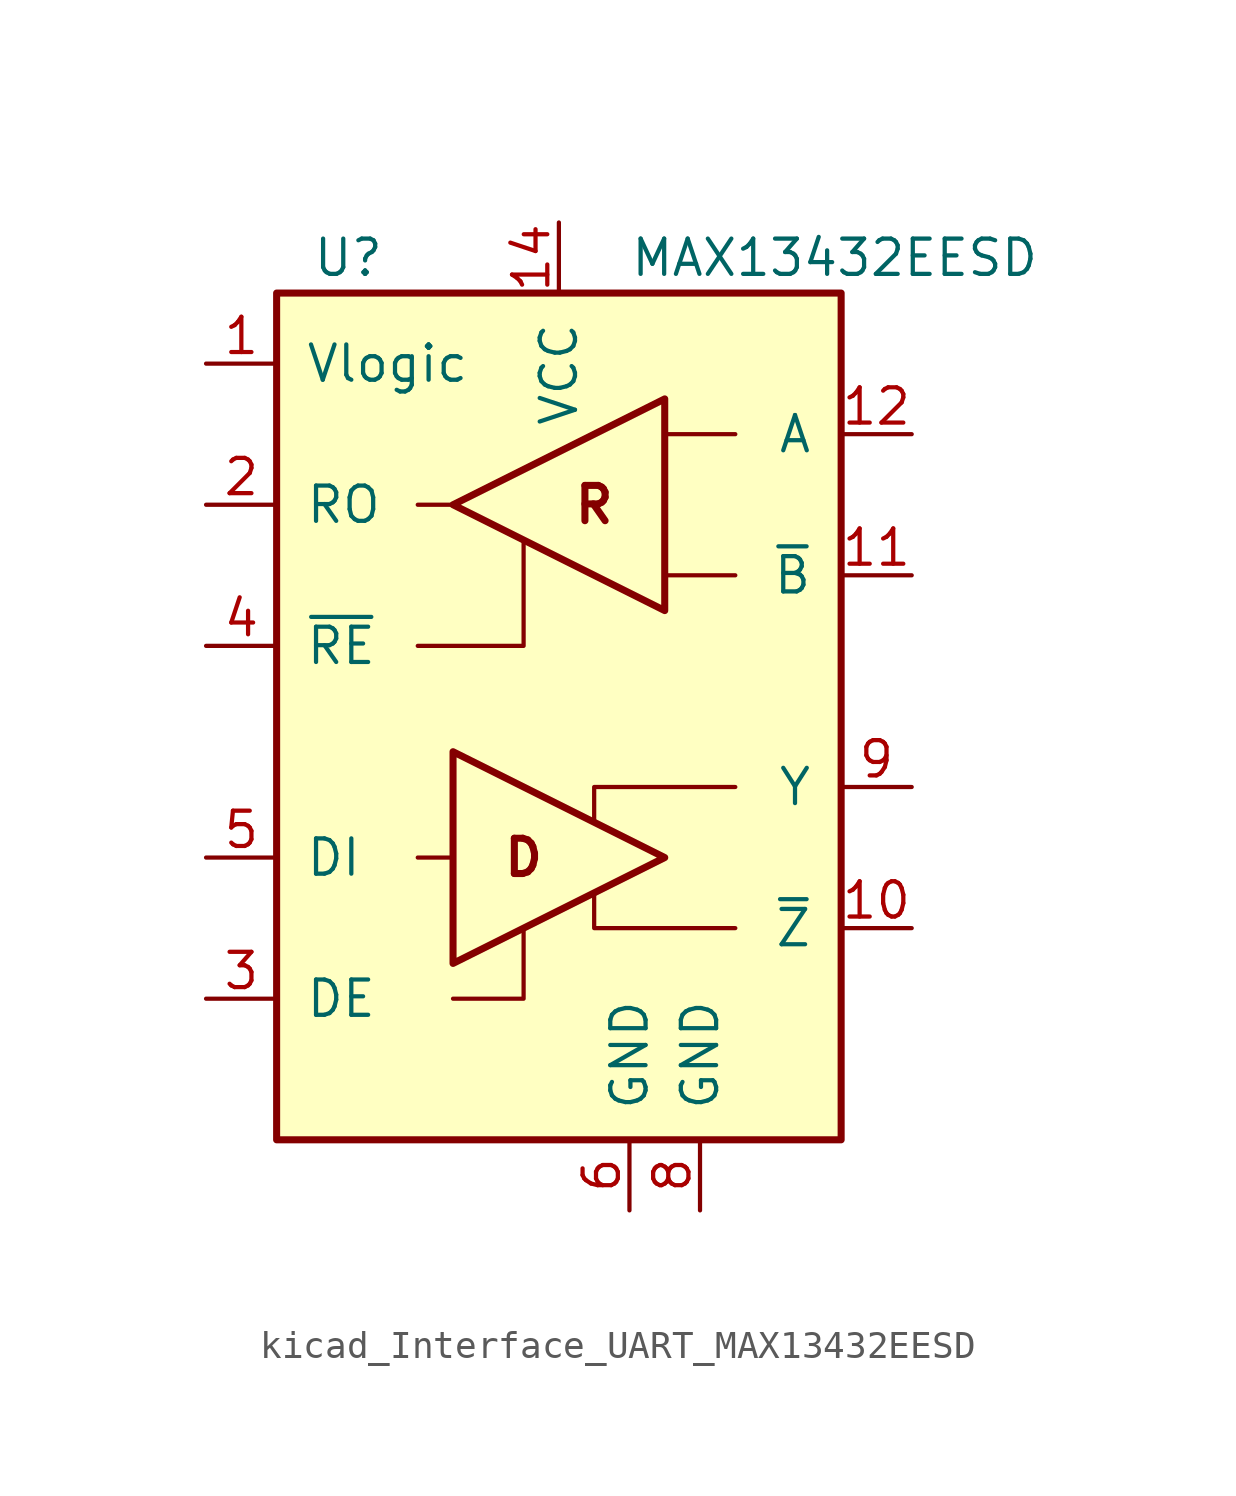
<source format=kicad_sym>
(kicad_symbol_lib
  (version 20220914)
  (generator kicad_symbol_editor)
  (symbol "kicad_Interface_UART_MAX13432EESD"
    (pin_names
      (offset 1.016))
    (property "Reference" "U"
      (at -8.89 16.51 0)
      (effects (font (size 1.27 1.27)) (justify left)))
    (property "Value" "MAX13432EESD"
      (at 2.54 16.51 0)
      (effects (font (size 1.27 1.27)) (justify left)))
    (symbol "kicad_Interface_UART_MAX13432EESD_0_0"
      (text "D" (at -1.27 -5.08 0) (effects (font (size 1.27 1.27) bold)))
      (text "R" (at 1.27 7.62 0) (effects (font (size 1.27 1.27) bold))))
    (symbol "kicad_Interface_UART_MAX13432EESD_0_1"
      (rectangle (start -10.16 15.24) (end 10.16 -15.24) (stroke (width 0.254) (type default)) (fill (type background)))
      (polyline (pts (xy -5.08 -5.08) (xy -3.81 -5.08)) (stroke (width 0) (type default)) (fill (type none)))
      (polyline (pts (xy -3.81 7.62) (xy -5.08 7.62)) (stroke (width 0) (type default)) (fill (type none)))
      (polyline (pts (xy 6.35 5.08) (xy 3.81 5.08) (xy 3.81 5.08)) (stroke (width 0) (type default)) (fill (type none)))
      (polyline (pts (xy 6.35 10.16) (xy 3.81 10.16) (xy 3.81 10.16)) (stroke (width 0) (type default)) (fill (type none)))
      (polyline (pts (xy -3.81 -10.16) (xy -1.27 -10.16) (xy -1.27 -7.62) (xy -1.27 -7.62)) (stroke (width 0) (type default)) (fill (type none)))
      (polyline (pts (xy -1.27 6.35) (xy -1.27 2.54) (xy -2.54 2.54) (xy -5.08 2.54)) (stroke (width 0) (type default)) (fill (type none)))
      (polyline (pts (xy 6.35 -7.62) (xy 1.27 -7.62) (xy 1.27 -6.35) (xy 1.27 -6.35)) (stroke (width 0) (type default)) (fill (type none)))
      (polyline (pts (xy 6.35 -2.54) (xy 1.27 -2.54) (xy 1.27 -3.81) (xy 1.27 -3.81)) (stroke (width 0) (type default)) (fill (type none)))
      (polyline (pts (xy -3.81 -1.27) (xy -3.81 -8.89) (xy 3.81 -5.08) (xy -3.81 -1.27) (xy -3.81 -1.27)) (stroke (width 0.254) (type default)) (fill (type none)))
      (polyline (pts (xy 3.81 11.43) (xy 3.81 3.81) (xy -3.81 7.62) (xy 3.81 11.43) (xy 3.81 11.43)) (stroke (width 0.254) (type default)) (fill (type none))))
    (symbol "kicad_Interface_UART_MAX13432EESD_1_1"
      (pin power_in line (at -12.7 12.7 0) (length 2.54) (name "Vlogic" (effects (font (size 1.27 1.27)))) (number "1" (effects (font (size 1.27 1.27)))))
      (pin output line (at 12.7 -7.62 180) (length 2.54) (name "~{Z}" (effects (font (size 1.27 1.27)))) (number "10" (effects (font (size 1.27 1.27)))))
      (pin input line (at 12.7 5.08 180) (length 2.54) (name "~{B}" (effects (font (size 1.27 1.27)))) (number "11" (effects (font (size 1.27 1.27)))))
      (pin input line (at 12.7 10.16 180) (length 2.54) (name "A" (effects (font (size 1.27 1.27)))) (number "12" (effects (font (size 1.27 1.27)))))
      (pin no_connect line (at 10.16 0 180) (length 2.54) hide (name "NC" (effects (font (size 1.27 1.27)))) (number "13" (effects (font (size 1.27 1.27)))))
      (pin power_in line (at 0 17.78 270) (length 2.54) (name "VCC" (effects (font (size 1.27 1.27)))) (number "14" (effects (font (size 1.27 1.27)))))
      (pin output line (at -12.7 7.62 0) (length 2.54) (name "RO" (effects (font (size 1.27 1.27)))) (number "2" (effects (font (size 1.27 1.27)))))
      (pin input line (at -12.7 -10.16 0) (length 2.54) (name "DE" (effects (font (size 1.27 1.27)))) (number "3" (effects (font (size 1.27 1.27)))))
      (pin input line (at -12.7 2.54 0) (length 2.54) (name "~{RE}" (effects (font (size 1.27 1.27)))) (number "4" (effects (font (size 1.27 1.27)))))
      (pin input line (at -12.7 -5.08 0) (length 2.54) (name "DI" (effects (font (size 1.27 1.27)))) (number "5" (effects (font (size 1.27 1.27)))))
      (pin power_in line (at 2.54 -17.78 90) (length 2.54) (name "GND" (effects (font (size 1.27 1.27)))) (number "6" (effects (font (size 1.27 1.27)))))
      (pin no_connect line (at 10.16 2.54 180) (length 2.54) hide (name "NC" (effects (font (size 1.27 1.27)))) (number "7" (effects (font (size 1.27 1.27)))))
      (pin power_in line (at 5.08 -17.78 90) (length 2.54) (name "GND" (effects (font (size 1.27 1.27)))) (number "8" (effects (font (size 1.27 1.27)))))
      (pin output line (at 12.7 -2.54 180) (length 2.54) (name "Y" (effects (font (size 1.27 1.27)))) (number "9" (effects (font (size 1.27 1.27))))))))
</source>
